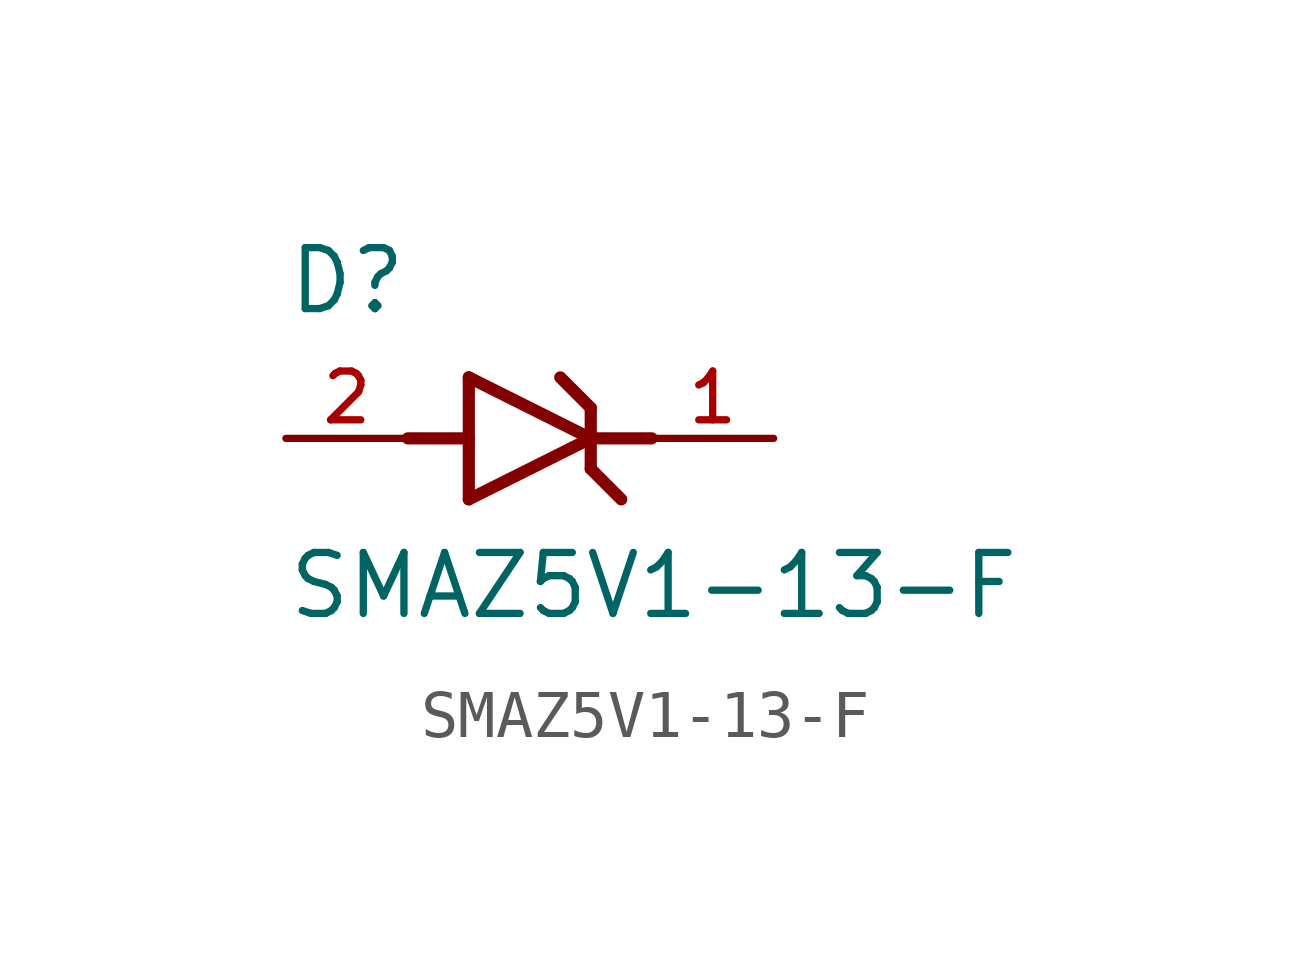
<source format=kicad_sym>
(kicad_symbol_lib
  (version 20211014)
  (generator kicad_symbol_editor)
  (symbol "SMAZ5V1-13-F"
    (pin_names
      (offset 1.016))
    (property "Reference" "D"
      (at -5.08 2.54 0)
      (effects (font (size 1.27 1.27)) (justify bottom left)))
    (property "Value" "SMAZ5V1-13-F"
      (at -5.08 -3.81 0)
      (effects (font (size 1.27 1.27)) (justify bottom left)))
    (symbol "SMAZ5V1-13-F_0_0"
      (polyline (pts (xy -1.27 -1.27) (xy 1.27 0.0)) (stroke (width 0.254)))
      (polyline (pts (xy 1.27 0.0) (xy -1.27 1.27)) (stroke (width 0.254)))
      (polyline (pts (xy 1.27 0.635) (xy 1.27 0.0)) (stroke (width 0.254)))
      (polyline (pts (xy -1.27 1.27) (xy -1.27 0.0)) (stroke (width 0.254)))
      (polyline (pts (xy -1.27 0.0) (xy -1.27 -1.27)) (stroke (width 0.254)))
      (polyline (pts (xy 1.27 0.0) (xy 1.27 -0.635)) (stroke (width 0.254)))
      (polyline (pts (xy -2.54 0.0) (xy -1.27 0.0)) (stroke (width 0.254)))
      (polyline (pts (xy 2.54 0.0) (xy 1.27 0.0)) (stroke (width 0.254)))
      (polyline (pts (xy 0.635 1.27) (xy 1.27 0.635)) (stroke (width 0.254)))
      (polyline (pts (xy 1.27 -0.635) (xy 1.905 -1.27)) (stroke (width 0.254)))
      (pin passive line (at 5.08 0.0 180.0) (length 2.54) (name "~" (effects (font (size 1.016 1.016)))) (number "1" (effects (font (size 1.016 1.016)))))
      (pin passive line (at -5.08 0.0 0) (length 2.54) (name "~" (effects (font (size 1.016 1.016)))) (number "2" (effects (font (size 1.016 1.016))))))))
</source>
